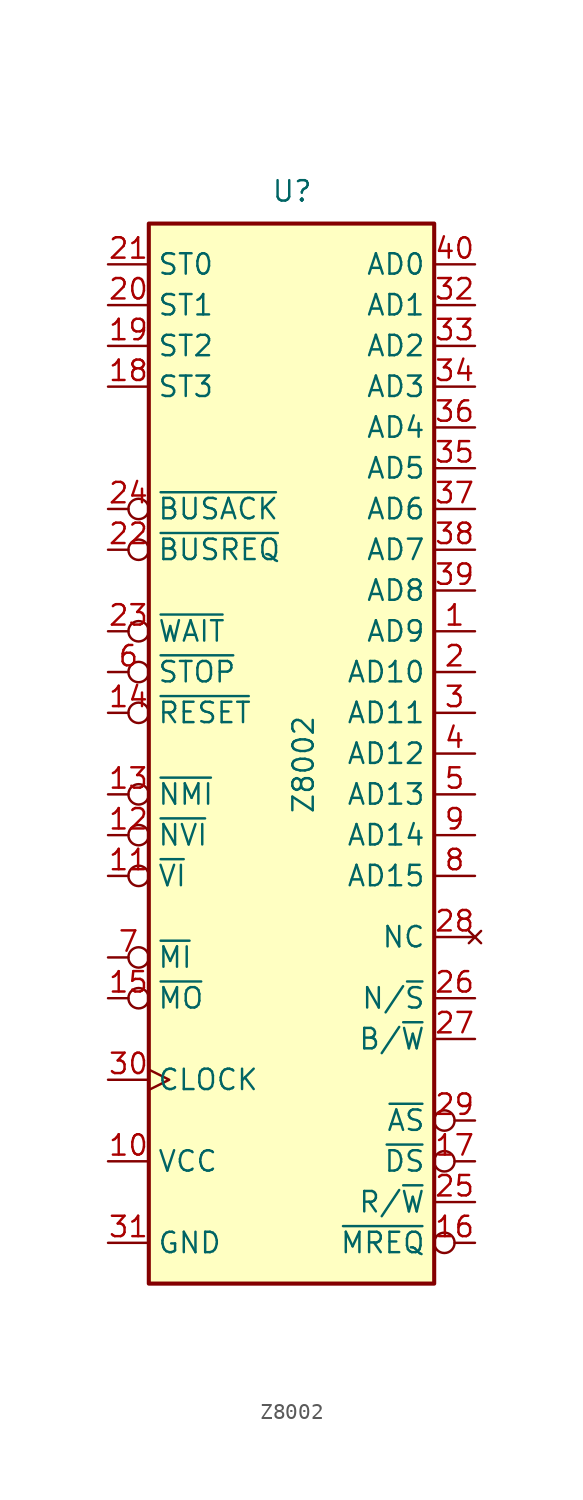
<source format=kicad_sym>
(kicad_symbol_lib
  (version 20220914)
  (generator kicad_symbol_editor)
  (symbol "Z8002"
    (property "Reference" "U"
      (at -1.27 34.29 0)
      (effects (font (size 1.27 1.27)) (justify left bottom)))
    (property "Value" "Z8002"
      (at 0 -3.81 90)
      (effects (font (size 1.27 1.27)) (justify left top)))
    (symbol "Z8002_0_1"
      (rectangle (start -8.89 -33.02) (end 8.89 33.02) (stroke (width 0.254) (type default)) (fill (type background))))
    (symbol "Z8002_1_1"
      (pin bidirectional line (at 11.43 7.62 180) (length 2.54) (name "AD9" (effects (font (size 1.27 1.27)))) (number "1" (effects (font (size 1.27 1.27)))))
      (pin power_in line (at -11.43 -25.4 0) (length 2.54) (name "VCC" (effects (font (size 1.27 1.27)))) (number "10" (effects (font (size 1.27 1.27)))))
      (pin input inverted (at -11.43 -7.62 0) (length 2.54) (name "~{VI}" (effects (font (size 1.27 1.27)))) (number "11" (effects (font (size 1.27 1.27)))))
      (pin input inverted (at -11.43 -5.08 0) (length 2.54) (name "~{NVI}" (effects (font (size 1.27 1.27)))) (number "12" (effects (font (size 1.27 1.27)))))
      (pin input inverted (at -11.43 -2.54 0) (length 2.54) (name "~{NMI}" (effects (font (size 1.27 1.27)))) (number "13" (effects (font (size 1.27 1.27)))))
      (pin input inverted (at -11.43 2.54 0) (length 2.54) (name "~{RESET}" (effects (font (size 1.27 1.27)))) (number "14" (effects (font (size 1.27 1.27)))))
      (pin output inverted (at -11.43 -15.24 0) (length 2.54) (name "~{MO}" (effects (font (size 1.27 1.27)))) (number "15" (effects (font (size 1.27 1.27)))))
      (pin output inverted (at 11.43 -30.48 180) (length 2.54) (name "~{MREQ}" (effects (font (size 1.27 1.27)))) (number "16" (effects (font (size 1.27 1.27)))))
      (pin output inverted (at 11.43 -25.4 180) (length 2.54) (name "~{DS}" (effects (font (size 1.27 1.27)))) (number "17" (effects (font (size 1.27 1.27)))))
      (pin output line (at -11.43 22.86 0) (length 2.54) (name "ST3" (effects (font (size 1.27 1.27)))) (number "18" (effects (font (size 1.27 1.27)))))
      (pin output line (at -11.43 25.4 0) (length 2.54) (name "ST2" (effects (font (size 1.27 1.27)))) (number "19" (effects (font (size 1.27 1.27)))))
      (pin bidirectional line (at 11.43 5.08 180) (length 2.54) (name "AD10" (effects (font (size 1.27 1.27)))) (number "2" (effects (font (size 1.27 1.27)))))
      (pin output line (at -11.43 27.94 0) (length 2.54) (name "ST1" (effects (font (size 1.27 1.27)))) (number "20" (effects (font (size 1.27 1.27)))))
      (pin output line (at -11.43 30.48 0) (length 2.54) (name "ST0" (effects (font (size 1.27 1.27)))) (number "21" (effects (font (size 1.27 1.27)))))
      (pin input inverted (at -11.43 12.7 0) (length 2.54) (name "~{BUSREQ}" (effects (font (size 1.27 1.27)))) (number "22" (effects (font (size 1.27 1.27)))))
      (pin input inverted (at -11.43 7.62 0) (length 2.54) (name "~{WAIT}" (effects (font (size 1.27 1.27)))) (number "23" (effects (font (size 1.27 1.27)))))
      (pin output inverted (at -11.43 15.24 0) (length 2.54) (name "~{BUSACK}" (effects (font (size 1.27 1.27)))) (number "24" (effects (font (size 1.27 1.27)))))
      (pin output line (at 11.43 -27.94 180) (length 2.54) (name "R/~{W}" (effects (font (size 1.27 1.27)))) (number "25" (effects (font (size 1.27 1.27)))))
      (pin output line (at 11.43 -15.24 180) (length 2.54) (name "N/~{S}" (effects (font (size 1.27 1.27)))) (number "26" (effects (font (size 1.27 1.27)))))
      (pin output line (at 11.43 -17.78 180) (length 2.54) (name "B/~{W}" (effects (font (size 1.27 1.27)))) (number "27" (effects (font (size 1.27 1.27)))))
      (pin no_connect line (at 11.43 -11.43 180) (length 2.54) (name "NC" (effects (font (size 1.27 1.27)))) (number "28" (effects (font (size 1.27 1.27)))))
      (pin output inverted (at 11.43 -22.86 180) (length 2.54) (name "~{AS}" (effects (font (size 1.27 1.27)))) (number "29" (effects (font (size 1.27 1.27)))))
      (pin bidirectional line (at 11.43 2.54 180) (length 2.54) (name "AD11" (effects (font (size 1.27 1.27)))) (number "3" (effects (font (size 1.27 1.27)))))
      (pin input clock (at -11.43 -20.32 0) (length 2.54) (name "CLOCK" (effects (font (size 1.27 1.27)))) (number "30" (effects (font (size 1.27 1.27)))))
      (pin power_in line (at -11.43 -30.48 0) (length 2.54) (name "GND" (effects (font (size 1.27 1.27)))) (number "31" (effects (font (size 1.27 1.27)))))
      (pin bidirectional line (at 11.43 27.94 180) (length 2.54) (name "AD1" (effects (font (size 1.27 1.27)))) (number "32" (effects (font (size 1.27 1.27)))))
      (pin bidirectional line (at 11.43 25.4 180) (length 2.54) (name "AD2" (effects (font (size 1.27 1.27)))) (number "33" (effects (font (size 1.27 1.27)))))
      (pin bidirectional line (at 11.43 22.86 180) (length 2.54) (name "AD3" (effects (font (size 1.27 1.27)))) (number "34" (effects (font (size 1.27 1.27)))))
      (pin bidirectional line (at 11.43 17.78 180) (length 2.54) (name "AD5" (effects (font (size 1.27 1.27)))) (number "35" (effects (font (size 1.27 1.27)))))
      (pin bidirectional line (at 11.43 20.32 180) (length 2.54) (name "AD4" (effects (font (size 1.27 1.27)))) (number "36" (effects (font (size 1.27 1.27)))))
      (pin bidirectional line (at 11.43 15.24 180) (length 2.54) (name "AD6" (effects (font (size 1.27 1.27)))) (number "37" (effects (font (size 1.27 1.27)))))
      (pin bidirectional line (at 11.43 12.7 180) (length 2.54) (name "AD7" (effects (font (size 1.27 1.27)))) (number "38" (effects (font (size 1.27 1.27)))))
      (pin bidirectional line (at 11.43 10.16 180) (length 2.54) (name "AD8" (effects (font (size 1.27 1.27)))) (number "39" (effects (font (size 1.27 1.27)))))
      (pin bidirectional line (at 11.43 0 180) (length 2.54) (name "AD12" (effects (font (size 1.27 1.27)))) (number "4" (effects (font (size 1.27 1.27)))))
      (pin bidirectional line (at 11.43 30.48 180) (length 2.54) (name "AD0" (effects (font (size 1.27 1.27)))) (number "40" (effects (font (size 1.27 1.27)))))
      (pin bidirectional line (at 11.43 -2.54 180) (length 2.54) (name "AD13" (effects (font (size 1.27 1.27)))) (number "5" (effects (font (size 1.27 1.27)))))
      (pin input inverted (at -11.43 5.08 0) (length 2.54) (name "~{STOP}" (effects (font (size 1.27 1.27)))) (number "6" (effects (font (size 1.27 1.27)))))
      (pin input inverted (at -11.43 -12.7 0) (length 2.54) (name "~{MI}" (effects (font (size 1.27 1.27)))) (number "7" (effects (font (size 1.27 1.27)))))
      (pin bidirectional line (at 11.43 -7.62 180) (length 2.54) (name "AD15" (effects (font (size 1.27 1.27)))) (number "8" (effects (font (size 1.27 1.27)))))
      (pin bidirectional line (at 11.43 -5.08 180) (length 2.54) (name "AD14" (effects (font (size 1.27 1.27)))) (number "9" (effects (font (size 1.27 1.27))))))))
</source>
